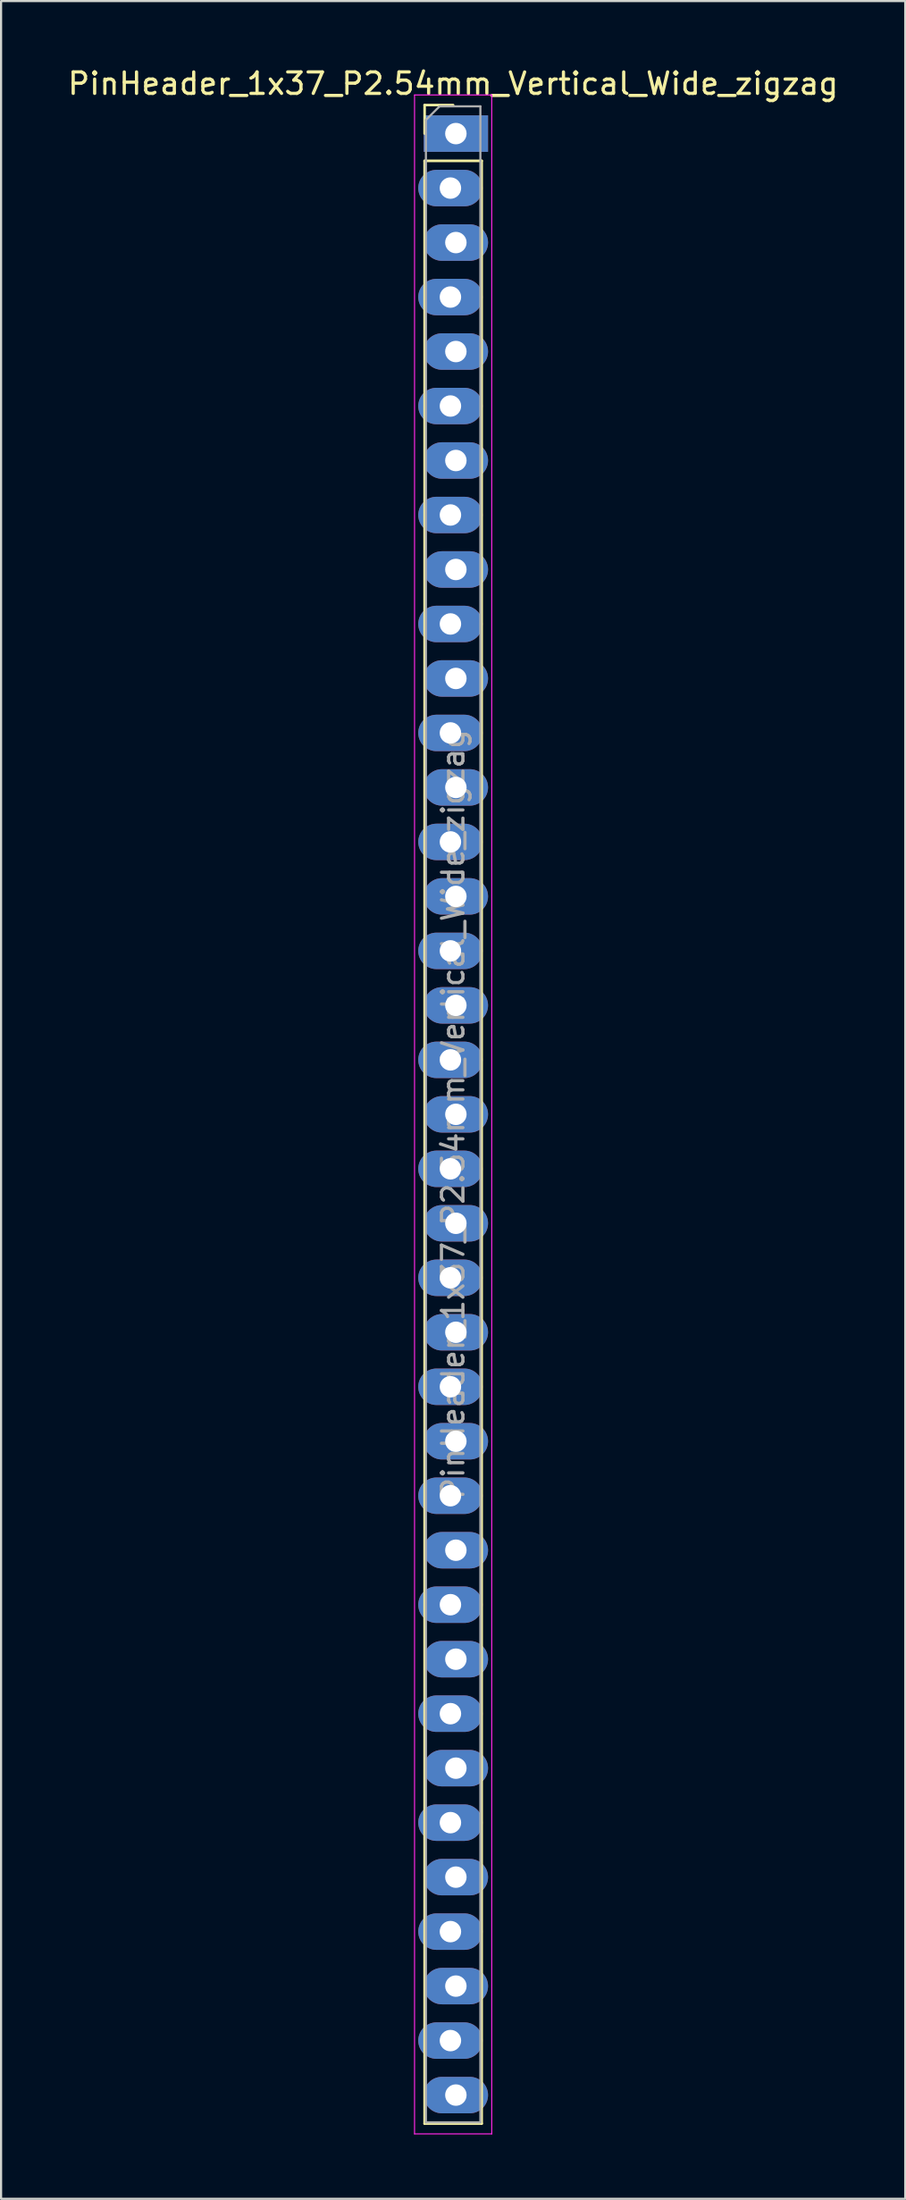
<source format=kicad_pcb>
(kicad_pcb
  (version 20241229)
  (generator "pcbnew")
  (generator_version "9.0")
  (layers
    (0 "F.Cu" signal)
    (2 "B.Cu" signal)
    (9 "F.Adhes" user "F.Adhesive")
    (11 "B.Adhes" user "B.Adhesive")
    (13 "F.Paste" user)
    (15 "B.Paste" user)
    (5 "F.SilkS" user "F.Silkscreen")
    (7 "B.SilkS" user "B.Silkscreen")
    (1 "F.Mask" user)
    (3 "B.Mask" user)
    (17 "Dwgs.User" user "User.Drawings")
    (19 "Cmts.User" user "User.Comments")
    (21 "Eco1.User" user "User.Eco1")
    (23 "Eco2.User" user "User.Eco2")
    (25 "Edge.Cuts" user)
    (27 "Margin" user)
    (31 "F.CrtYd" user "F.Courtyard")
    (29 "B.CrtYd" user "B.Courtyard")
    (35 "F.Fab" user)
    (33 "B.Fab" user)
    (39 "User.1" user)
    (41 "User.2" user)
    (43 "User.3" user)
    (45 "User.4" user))
  (footprint "PinHeader_1x37_P2.54mm_Vertical_Wide_zigzag"
    (layer "F.Cu")
    (at 18.077 3.178)
    (property "Reference" "PinHeader_1x37_P2.54mm_Vertical_Wide_zigzag" (at 0 -2.33 0) (layer "F.SilkS") (effects (font (size 1 1) (thickness 0.15))))
    (attr through_hole)
    (fp_line (start -1.33 -1.33) (end 0 -1.33) (stroke (width 0.12) (type solid)) (layer "F.SilkS"))
    (fp_line (start -1.33 0) (end -1.33 -1.33) (stroke (width 0.12) (type solid)) (layer "F.SilkS"))
    (fp_line (start -1.33 1.27) (end -1.33 92.77) (stroke (width 0.12) (type solid)) (layer "F.SilkS"))
    (fp_line (start -1.33 1.27) (end 1.33 1.27) (stroke (width 0.12) (type solid)) (layer "F.SilkS"))
    (fp_line (start -1.33 92.77) (end 1.33 92.77) (stroke (width 0.12) (type solid)) (layer "F.SilkS"))
    (fp_line (start 1.33 1.27) (end 1.33 92.77) (stroke (width 0.12) (type solid)) (layer "F.SilkS"))
    (fp_line (start -1.8 -1.8) (end -1.8 93.25) (stroke (width 0.05) (type solid)) (layer "F.CrtYd"))
    (fp_line (start -1.8 93.25) (end 1.8 93.25) (stroke (width 0.05) (type solid)) (layer "F.CrtYd"))
    (fp_line (start 1.8 -1.8) (end -1.8 -1.8) (stroke (width 0.05) (type solid)) (layer "F.CrtYd"))
    (fp_line (start 1.8 93.25) (end 1.8 -1.8) (stroke (width 0.05) (type solid)) (layer "F.CrtYd"))
    (fp_line (start -1.27 -0.635) (end -0.635 -1.27) (stroke (width 0.1) (type solid)) (layer "F.Fab"))
    (fp_line (start -1.27 92.71) (end -1.27 -0.635) (stroke (width 0.1) (type solid)) (layer "F.Fab"))
    (fp_line (start -0.635 -1.27) (end 1.27 -1.27) (stroke (width 0.1) (type solid)) (layer "F.Fab"))
    (fp_line (start 1.27 -1.27) (end 1.27 92.71) (stroke (width 0.1) (type solid)) (layer "F.Fab"))
    (fp_line (start 1.27 92.71) (end -1.27 92.71) (stroke (width 0.1) (type solid)) (layer "F.Fab"))
    (fp_text user "${REFERENCE}" (at 0 45.72 90) (layer "F.Fab") (effects (font (size 1 1) (thickness 0.15))))
    (pad "1" thru_hole rect (at 0.127 0) (size 3 1.7) (drill 1) (layers "*.Cu" "*.Mask"))
    (pad "2" thru_hole oval (at -0.127 2.54) (size 3 1.7) (drill 1) (layers "*.Cu" "*.Mask"))
    (pad "3" thru_hole oval (at 0.127 5.08) (size 3 1.7) (drill 1) (layers "*.Cu" "*.Mask"))
    (pad "4" thru_hole oval (at -0.127 7.62) (size 3 1.7) (drill 1) (layers "*.Cu" "*.Mask"))
    (pad "5" thru_hole oval (at 0.127 10.16) (size 3 1.7) (drill 1) (layers "*.Cu" "*.Mask"))
    (pad "6" thru_hole oval (at -0.127 12.7) (size 3 1.7) (drill 1) (layers "*.Cu" "*.Mask"))
    (pad "7" thru_hole oval (at 0.127 15.24) (size 3 1.7) (drill 1) (layers "*.Cu" "*.Mask"))
    (pad "8" thru_hole oval (at -0.127 17.78) (size 3 1.7) (drill 1) (layers "*.Cu" "*.Mask"))
    (pad "9" thru_hole oval (at 0.127 20.32) (size 3 1.7) (drill 1) (layers "*.Cu" "*.Mask"))
    (pad "10" thru_hole oval (at -0.127 22.86) (size 3 1.7) (drill 1) (layers "*.Cu" "*.Mask"))
    (pad "11" thru_hole oval (at 0.127 25.4) (size 3 1.7) (drill 1) (layers "*.Cu" "*.Mask"))
    (pad "12" thru_hole oval (at -0.127 27.94) (size 3 1.7) (drill 1) (layers "*.Cu" "*.Mask"))
    (pad "13" thru_hole oval (at 0.127 30.48) (size 3 1.7) (drill 1) (layers "*.Cu" "*.Mask"))
    (pad "14" thru_hole oval (at -0.127 33.02) (size 3 1.7) (drill 1) (layers "*.Cu" "*.Mask"))
    (pad "15" thru_hole oval (at 0.127 35.56) (size 3 1.7) (drill 1) (layers "*.Cu" "*.Mask"))
    (pad "16" thru_hole oval (at -0.127 38.1) (size 3 1.7) (drill 1) (layers "*.Cu" "*.Mask"))
    (pad "17" thru_hole oval (at 0.127 40.64) (size 3 1.7) (drill 1) (layers "*.Cu" "*.Mask"))
    (pad "18" thru_hole oval (at -0.127 43.18) (size 3 1.7) (drill 1) (layers "*.Cu" "*.Mask"))
    (pad "19" thru_hole oval (at 0.127 45.72) (size 3 1.7) (drill 1) (layers "*.Cu" "*.Mask"))
    (pad "20" thru_hole oval (at -0.127 48.26) (size 3 1.7) (drill 1) (layers "*.Cu" "*.Mask"))
    (pad "21" thru_hole oval (at 0.127 50.8) (size 3 1.7) (drill 1) (layers "*.Cu" "*.Mask"))
    (pad "22" thru_hole oval (at -0.127 53.34) (size 3 1.7) (drill 1) (layers "*.Cu" "*.Mask"))
    (pad "23" thru_hole oval (at 0.127 55.88) (size 3 1.7) (drill 1) (layers "*.Cu" "*.Mask"))
    (pad "24" thru_hole oval (at -0.127 58.42) (size 3 1.7) (drill 1) (layers "*.Cu" "*.Mask"))
    (pad "25" thru_hole oval (at 0.127 60.96) (size 3 1.7) (drill 1) (layers "*.Cu" "*.Mask"))
    (pad "26" thru_hole oval (at -0.127 63.5) (size 3 1.7) (drill 1) (layers "*.Cu" "*.Mask"))
    (pad "27" thru_hole oval (at 0.127 66.04) (size 3 1.7) (drill 1) (layers "*.Cu" "*.Mask"))
    (pad "28" thru_hole oval (at -0.127 68.58) (size 3 1.7) (drill 1) (layers "*.Cu" "*.Mask"))
    (pad "29" thru_hole oval (at 0.127 71.12) (size 3 1.7) (drill 1) (layers "*.Cu" "*.Mask"))
    (pad "30" thru_hole oval (at -0.127 73.66) (size 3 1.7) (drill 1) (layers "*.Cu" "*.Mask"))
    (pad "31" thru_hole oval (at 0.127 76.2) (size 3 1.7) (drill 1) (layers "*.Cu" "*.Mask"))
    (pad "32" thru_hole oval (at -0.127 78.74) (size 3 1.7) (drill 1) (layers "*.Cu" "*.Mask"))
    (pad "33" thru_hole oval (at 0.127 81.28) (size 3 1.7) (drill 1) (layers "*.Cu" "*.Mask"))
    (pad "34" thru_hole oval (at -0.127 83.82) (size 3 1.7) (drill 1) (layers "*.Cu" "*.Mask"))
    (pad "35" thru_hole oval (at 0.127 86.36) (size 3 1.7) (drill 1) (layers "*.Cu" "*.Mask"))
    (pad "36" thru_hole oval (at -0.127 88.9) (size 3 1.7) (drill 1) (layers "*.Cu" "*.Mask"))
    (pad "37" thru_hole oval (at 0.127 91.44) (size 3 1.7) (drill 1) (layers "*.Cu" "*.Mask")))
  (gr_rect
    (start -3 -3)
    (end 39.155 99.453)
    (stroke (width 0.1) (type default))
    (fill no)
    (layer "Edge.Cuts")))
</source>
